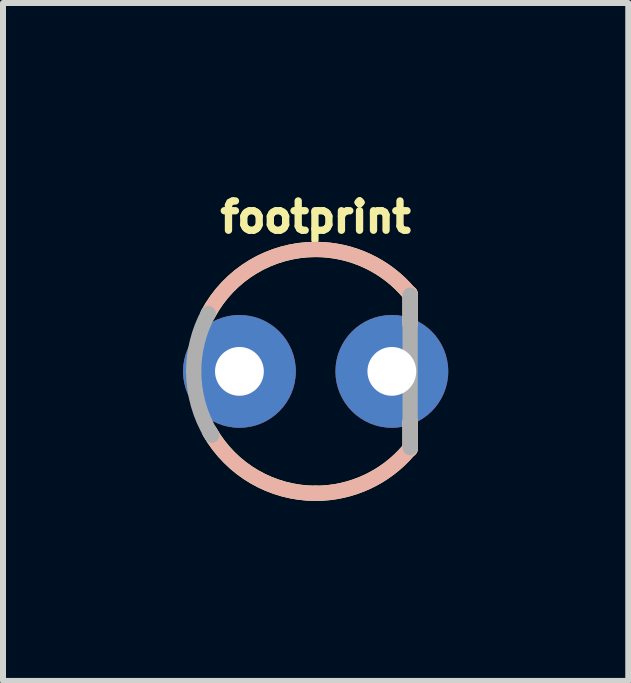
<source format=kicad_pcb>
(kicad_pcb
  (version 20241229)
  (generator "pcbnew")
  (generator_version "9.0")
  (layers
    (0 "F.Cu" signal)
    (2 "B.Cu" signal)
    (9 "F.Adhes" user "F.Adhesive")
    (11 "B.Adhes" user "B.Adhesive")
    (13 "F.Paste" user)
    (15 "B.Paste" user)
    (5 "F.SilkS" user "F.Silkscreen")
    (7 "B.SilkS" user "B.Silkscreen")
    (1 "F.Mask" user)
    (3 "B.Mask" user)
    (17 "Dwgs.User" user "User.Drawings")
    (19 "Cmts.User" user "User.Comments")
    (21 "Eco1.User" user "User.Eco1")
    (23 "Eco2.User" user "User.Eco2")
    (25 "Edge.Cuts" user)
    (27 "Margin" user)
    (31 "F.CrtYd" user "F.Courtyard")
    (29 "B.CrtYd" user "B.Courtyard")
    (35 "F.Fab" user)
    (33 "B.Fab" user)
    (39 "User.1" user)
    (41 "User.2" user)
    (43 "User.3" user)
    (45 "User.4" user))
  (footprint "footprint"
    (layer "F.Cu")
    (at 2.21 3.139)
    (property "Reference" "footprint" (at 0 -2.286 0) (layer "F.SilkS") (effects (font (size 0.488 0.488) (thickness 0.122)) (justify bottom)))
    (fp_line (start 1.575 -1.295) (end 1.575 -0.787) (stroke (width 0.254) (type solid)) (layer "F.SilkS"))
    (fp_line (start 1.575 1.295) (end 1.575 0.838) (stroke (width 0.254) (type solid)) (layer "F.SilkS"))
    (fp_arc (start -1.7929 -0.9562) (mid -1.045438 -1.7424) (end 0 -2.032) (stroke (width 0.254) (type solid)) (layer "F.SilkS"))
    (fp_arc (start 0 -2.032) (mid 0.861864 -1.840173) (end 1.561 -1.3009) (stroke (width 0.254) (type solid)) (layer "F.SilkS"))
    (fp_arc (start 0 2.032) (mid -1.019924 1.757525) (end -1.7643 1.0082) (stroke (width 0.254) (type solid)) (layer "F.SilkS"))
    (fp_arc (start 1.5512 1.3126) (mid 0.854953 1.843405) (end 0 2.032) (stroke (width 0.254) (type solid)) (layer "F.SilkS"))
    (fp_line (start 1.575 -1.295) (end 1.575 -0.787) (stroke (width 0.254) (type solid)) (layer "B.SilkS"))
    (fp_line (start 1.575 1.295) (end 1.575 0.838) (stroke (width 0.254) (type solid)) (layer "B.SilkS"))
    (fp_arc (start -1.7929 -0.9562) (mid -1.045438 -1.7424) (end 0 -2.032) (stroke (width 0.254) (type solid)) (layer "B.SilkS"))
    (fp_arc (start 0 -2.032) (mid 0.861864 -1.840173) (end 1.561 -1.3009) (stroke (width 0.254) (type solid)) (layer "B.SilkS"))
    (fp_arc (start 0 2.032) (mid -1.019924 1.757525) (end -1.7643 1.0082) (stroke (width 0.254) (type solid)) (layer "B.SilkS"))
    (fp_arc (start 1.5512 1.3126) (mid 0.854953 1.843405) (end 0 2.032) (stroke (width 0.254) (type solid)) (layer "B.SilkS"))
    (fp_line (start 1.575 1.27) (end 1.575 -1.27) (stroke (width 0.254) (type solid)) (layer "F.Fab"))
    (fp_arc (start -2.032 0) (mid -1.970339 -0.496775) (end -1.7891 -0.9634) (stroke (width 0.254) (type solid)) (layer "F.Fab"))
    (fp_arc (start -1.7306 1.065) (mid -1.95521 0.553417) (end -2.032 0) (stroke (width 0.254) (type solid)) (layer "F.Fab"))
    (pad "A" thru_hole circle (at -1.27 0) (size 1.88 1.88) (drill 0.813) (layers "*.Cu" "*.Mask"))
    (pad "K" thru_hole circle (at 1.27 0) (size 1.88 1.88) (drill 0.813) (layers "*.Cu" "*.Mask")))
  (gr_rect
    (start -3 -3)
    (end 7.42 8.298)
    (stroke (width 0.1) (type default))
    (fill no)
    (layer "Edge.Cuts")))
</source>
